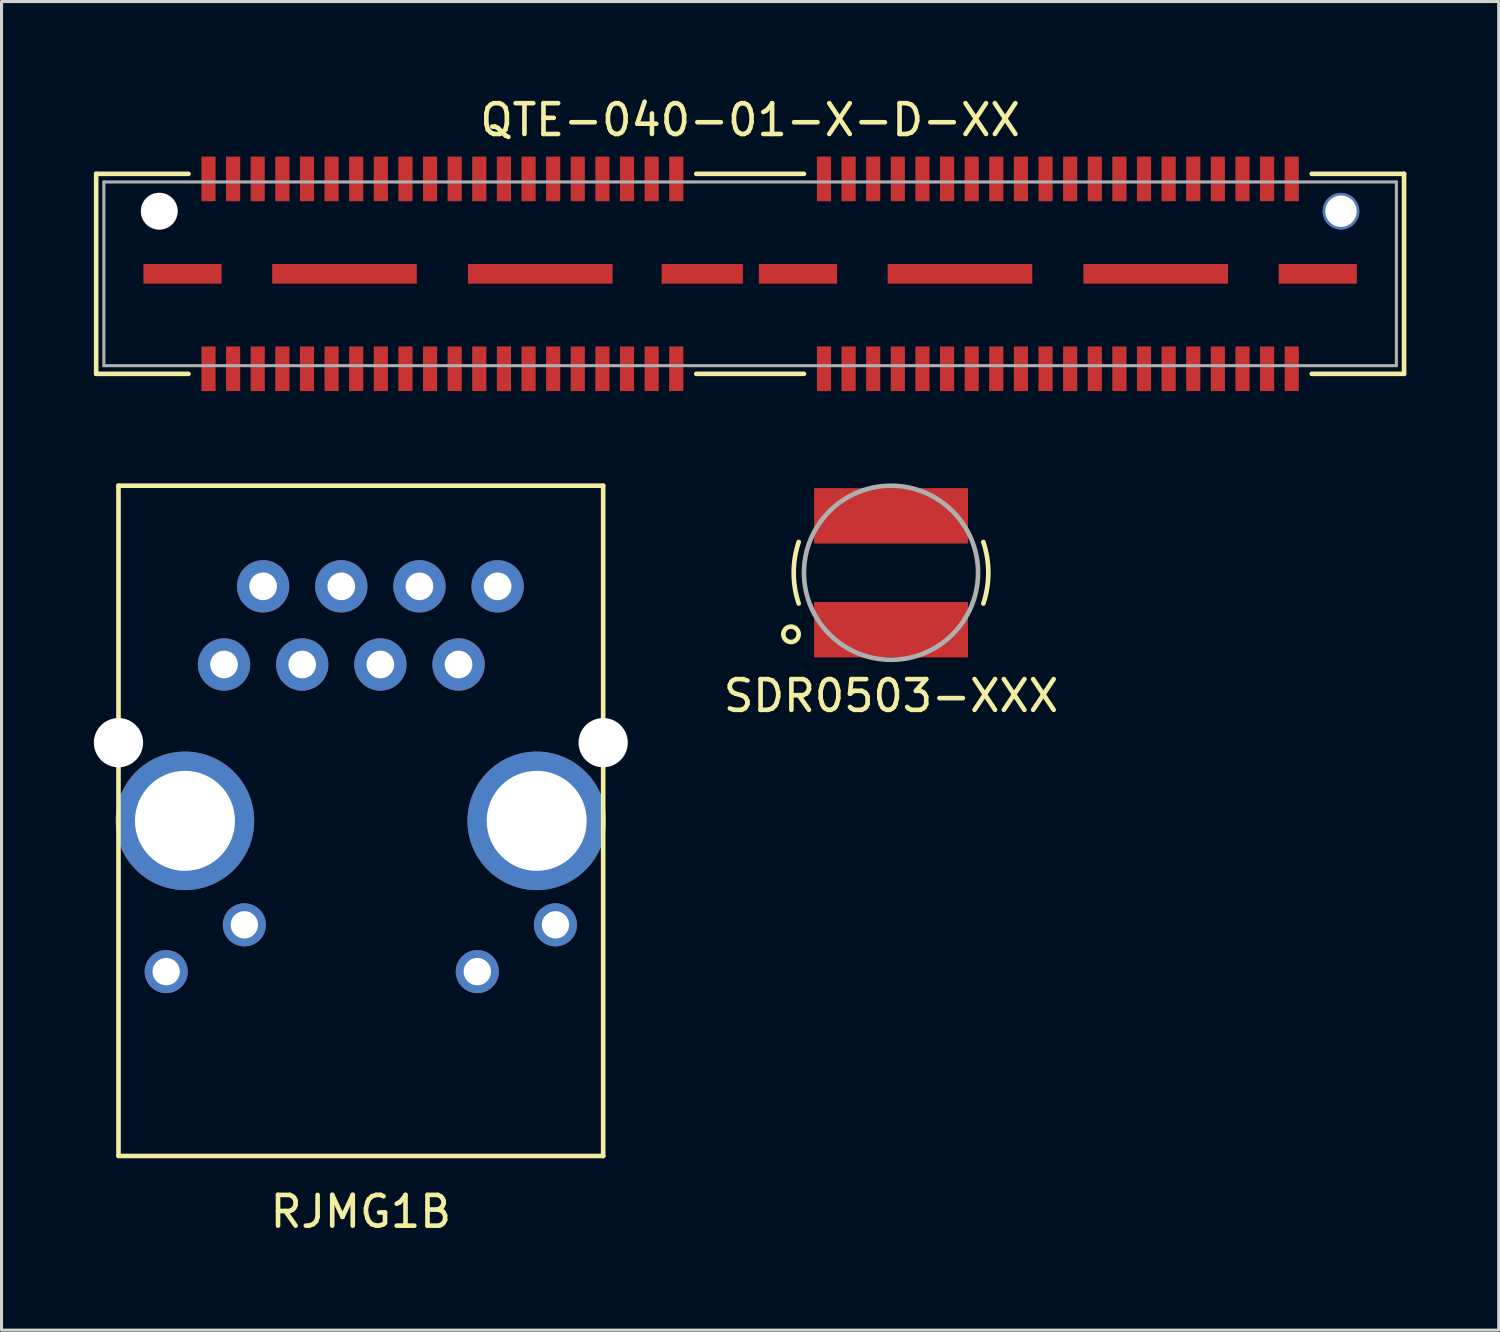
<source format=kicad_pcb>
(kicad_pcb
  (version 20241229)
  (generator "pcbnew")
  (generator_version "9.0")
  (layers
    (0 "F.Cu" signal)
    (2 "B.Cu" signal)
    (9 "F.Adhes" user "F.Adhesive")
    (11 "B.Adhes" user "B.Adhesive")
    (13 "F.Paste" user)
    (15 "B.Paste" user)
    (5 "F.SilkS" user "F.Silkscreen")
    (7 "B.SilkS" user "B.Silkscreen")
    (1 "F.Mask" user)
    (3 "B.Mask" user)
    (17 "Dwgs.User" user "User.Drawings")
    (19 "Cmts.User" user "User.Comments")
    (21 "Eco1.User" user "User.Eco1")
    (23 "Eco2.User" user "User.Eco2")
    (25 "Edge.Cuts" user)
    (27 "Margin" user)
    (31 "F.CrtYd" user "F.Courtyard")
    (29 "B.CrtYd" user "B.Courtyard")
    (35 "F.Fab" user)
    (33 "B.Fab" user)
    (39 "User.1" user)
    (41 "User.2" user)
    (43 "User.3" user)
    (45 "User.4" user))
  (footprint "SDR0503-XXX"
    (layer "F.Cu")
    (at 25.904 15.562)
    (property "Reference" "SDR0503-XXX" (at 0 4 0) (layer "F.SilkS") (effects (font (size 1 1) (thickness 0.15))))
    (attr through_hole)
    (fp_arc (start -2.999999 1) (mid -3.162277 0) (end -2.999999 -0.999999) (stroke (width 0.15) (type solid)) (layer "F.SilkS"))
    (fp_arc (start 2.999999 -1) (mid 3.162277 0) (end 2.999999 0.999999) (stroke (width 0.15) (type solid)) (layer "F.SilkS"))
    (fp_circle (center -3.25 2) (end -3.25 1.75) (stroke (width 0.15) (type solid)) (fill no) (layer "F.SilkS"))
    (fp_circle (center 0 0) (end 2 -2) (stroke (width 0.15) (type solid)) (fill no) (layer "F.Fab"))
    (pad "1" smd rect (at 0 -1.85) (size 5 1.8) (layers "F.Cu" "F.Mask" "F.Paste"))
    (pad "2" smd rect (at 0 1.85) (size 5 1.8) (layers "F.Cu" "F.Mask" "F.Paste")))
  (footprint "RJMG1B"
    (layer "F.Cu")
    (at 8.675 23.623)
    (property "Reference" "RJMG1B" (at 0 12.7 0) (layer "F.SilkS") (effects (font (size 1 1) (thickness 0.15))))
    (attr through_hole)
    (fp_line (start -7.875 10.89) (end -7.875 -10.89) (stroke (width 0.15) (type solid)) (layer "F.SilkS"))
    (fp_line (start -7.875 10.89) (end 7.875 10.89) (stroke (width 0.15) (type solid)) (layer "F.SilkS"))
    (fp_line (start 7.875 -10.89) (end -7.875 -10.89) (stroke (width 0.15) (type solid)) (layer "F.SilkS"))
    (fp_line (start 7.875 10.89) (end 7.875 -10.89) (stroke (width 0.15) (type solid)) (layer "F.SilkS"))
    (pad "" np_thru_hole circle (at -7.875 -2.54) (size 1.6 1.6) (drill 1.6) (layers "*.Cu" "*.Mask"))
    (pad "" np_thru_hole circle (at 7.875 -2.54) (size 1.6 1.6) (drill 1.6) (layers "*.Cu" "*.Mask"))
    (pad "1" thru_hole circle (at -4.445 -5.08) (size 1.7 1.7) (drill 0.9) (layers "*.Cu" "*.Mask"))
    (pad "2" thru_hole circle (at -3.175 -7.62) (size 1.7 1.7) (drill 0.9) (layers "*.Cu" "*.Mask"))
    (pad "3" thru_hole circle (at -1.905 -5.08) (size 1.7 1.7) (drill 0.9) (layers "*.Cu" "*.Mask"))
    (pad "4" thru_hole circle (at -0.635 -7.62) (size 1.7 1.7) (drill 0.9) (layers "*.Cu" "*.Mask"))
    (pad "5" thru_hole circle (at 0.635 -5.08) (size 1.7 1.7) (drill 0.9) (layers "*.Cu" "*.Mask"))
    (pad "6" thru_hole circle (at 1.905 -7.62) (size 1.7 1.7) (drill 0.9) (layers "*.Cu" "*.Mask"))
    (pad "7" thru_hole circle (at 3.175 -5.08) (size 1.7 1.7) (drill 0.9) (layers "*.Cu" "*.Mask"))
    (pad "8" thru_hole circle (at 4.445 -7.62) (size 1.7 1.7) (drill 0.9) (layers "*.Cu" "*.Mask"))
    (pad "L1" thru_hole circle (at 6.325 3.38) (size 1.4 1.4) (drill 0.89) (layers "*.Cu" "*.Mask"))
    (pad "L2" thru_hole circle (at 3.785 4.9) (size 1.4 1.4) (drill 0.89) (layers "*.Cu" "*.Mask"))
    (pad "L3" thru_hole circle (at -3.785 3.38) (size 1.4 1.4) (drill 0.89) (layers "*.Cu" "*.Mask"))
    (pad "L4" thru_hole circle (at -6.325 4.9) (size 1.4 1.4) (drill 0.89) (layers "*.Cu" "*.Mask"))
    (pad "SH" thru_hole circle (at -5.715 0) (size 4.5 4.5) (drill 3.25) (layers "*.Cu" "*.Mask"))
    (pad "SH" thru_hole circle (at 5.715 0) (size 4.5 4.5) (drill 3.25) (layers "*.Cu" "*.Mask")))
  (footprint "QTE-040-01-X-D-XX"
    (layer "F.Cu")
    (at 21.325 5.848)
    (property "Reference" "QTE-040-01-X-D-XX" (at 0 -5 0) (layer "F.SilkS") (effects (font (size 1 1) (thickness 0.15))))
    (attr smd)
    (fp_line (start -21.25 -3.25) (end -21.25 3.25) (stroke (width 0.15) (type solid)) (layer "F.SilkS"))
    (fp_line (start -21.25 3.25) (end -18.25 3.25) (stroke (width 0.15) (type solid)) (layer "F.SilkS"))
    (fp_line (start -18.25 -3.25) (end -21.25 -3.25) (stroke (width 0.15) (type solid)) (layer "F.SilkS"))
    (fp_line (start 1.75 -3.25) (end -1.75 -3.25) (stroke (width 0.15) (type solid)) (layer "F.SilkS"))
    (fp_line (start 1.75 3.25) (end -1.75 3.25) (stroke (width 0.15) (type solid)) (layer "F.SilkS"))
    (fp_line (start 18.25 -3.25) (end 21.25 -3.25) (stroke (width 0.15) (type solid)) (layer "F.SilkS"))
    (fp_line (start 21.25 -3.25) (end 21.25 3.25) (stroke (width 0.15) (type solid)) (layer "F.SilkS"))
    (fp_line (start 21.25 3.25) (end 18.25 3.25) (stroke (width 0.15) (type solid)) (layer "F.SilkS"))
    (fp_line (start -21 -2.985) (end -21 2.985) (stroke (width 0.1) (type solid)) (layer "F.Fab"))
    (fp_line (start -21 -2.985) (end 21 -2.985) (stroke (width 0.1) (type solid)) (layer "F.Fab"))
    (fp_line (start 21 -2.985) (end 21 2.985) (stroke (width 0.1) (type solid)) (layer "F.Fab"))
    (fp_line (start 21 2.985) (end -21 2.985) (stroke (width 0.1) (type solid)) (layer "F.Fab"))
    (pad "" np_thru_hole circle (at -19.2 -2.035) (size 1.2 1.2) (drill 1.19) (layers "*.Cu" "*.Mask"))
    (pad "" np_thru_hole circle (at 19.2 -2.035) (size 1.19 1.19) (drill 1.02) (layers "*.Cu" "*.Mask"))
    (pad "1" smd rect (at -17.6 -3.085) (size 0.46 1.45) (layers "F.Cu" "F.Mask" "F.Paste"))
    (pad "2" smd rect (at -17.6 3.085) (size 0.46 1.45) (layers "F.Cu" "F.Mask" "F.Paste"))
    (pad "3" smd rect (at -16.8 -3.085) (size 0.46 1.45) (layers "F.Cu" "F.Mask" "F.Paste"))
    (pad "4" smd rect (at -16.8 3.085) (size 0.46 1.45) (layers "F.Cu" "F.Mask" "F.Paste"))
    (pad "5" smd rect (at -16 -3.085) (size 0.46 1.45) (layers "F.Cu" "F.Mask" "F.Paste"))
    (pad "6" smd rect (at -16 3.085) (size 0.46 1.45) (layers "F.Cu" "F.Mask" "F.Paste"))
    (pad "7" smd rect (at -15.2 -3.085) (size 0.46 1.45) (layers "F.Cu" "F.Mask" "F.Paste"))
    (pad "8" smd rect (at -15.2 3.085) (size 0.46 1.45) (layers "F.Cu" "F.Mask" "F.Paste"))
    (pad "9" smd rect (at -14.4 -3.085) (size 0.46 1.45) (layers "F.Cu" "F.Mask" "F.Paste"))
    (pad "10" smd rect (at -14.4 3.085) (size 0.46 1.45) (layers "F.Cu" "F.Mask" "F.Paste"))
    (pad "11" smd rect (at -13.6 -3.085) (size 0.46 1.45) (layers "F.Cu" "F.Mask" "F.Paste"))
    (pad "12" smd rect (at -13.6 3.085) (size 0.46 1.45) (layers "F.Cu" "F.Mask" "F.Paste"))
    (pad "13" smd rect (at -12.8 -3.085) (size 0.46 1.45) (layers "F.Cu" "F.Mask" "F.Paste"))
    (pad "14" smd rect (at -12.8 3.085) (size 0.46 1.45) (layers "F.Cu" "F.Mask" "F.Paste"))
    (pad "15" smd rect (at -12 -3.085) (size 0.46 1.45) (layers "F.Cu" "F.Mask" "F.Paste"))
    (pad "16" smd rect (at -12 3.085) (size 0.46 1.45) (layers "F.Cu" "F.Mask" "F.Paste"))
    (pad "17" smd rect (at -11.2 -3.085) (size 0.46 1.45) (layers "F.Cu" "F.Mask" "F.Paste"))
    (pad "18" smd rect (at -11.2 3.085) (size 0.46 1.45) (layers "F.Cu" "F.Mask" "F.Paste"))
    (pad "19" smd rect (at -10.4 -3.085) (size 0.46 1.45) (layers "F.Cu" "F.Mask" "F.Paste"))
    (pad "20" smd rect (at -10.4 3.085) (size 0.46 1.45) (layers "F.Cu" "F.Mask" "F.Paste"))
    (pad "21" smd rect (at -9.6 -3.085) (size 0.46 1.45) (layers "F.Cu" "F.Mask" "F.Paste"))
    (pad "22" smd rect (at -9.6 3.085) (size 0.46 1.45) (layers "F.Cu" "F.Mask" "F.Paste"))
    (pad "23" smd rect (at -8.8 -3.085) (size 0.46 1.45) (layers "F.Cu" "F.Mask" "F.Paste"))
    (pad "24" smd rect (at -8.8 3.085) (size 0.46 1.45) (layers "F.Cu" "F.Mask" "F.Paste"))
    (pad "25" smd rect (at -8 -3.085) (size 0.46 1.45) (layers "F.Cu" "F.Mask" "F.Paste"))
    (pad "26" smd rect (at -8 3.085) (size 0.46 1.45) (layers "F.Cu" "F.Mask" "F.Paste"))
    (pad "27" smd rect (at -7.2 -3.085) (size 0.46 1.45) (layers "F.Cu" "F.Mask" "F.Paste"))
    (pad "28" smd rect (at -7.2 3.085) (size 0.46 1.45) (layers "F.Cu" "F.Mask" "F.Paste"))
    (pad "29" smd rect (at -6.4 -3.085) (size 0.46 1.45) (layers "F.Cu" "F.Mask" "F.Paste"))
    (pad "30" smd rect (at -6.4 3.085) (size 0.46 1.45) (layers "F.Cu" "F.Mask" "F.Paste"))
    (pad "31" smd rect (at -5.6 -3.085) (size 0.46 1.45) (layers "F.Cu" "F.Mask" "F.Paste"))
    (pad "32" smd rect (at -5.6 3.085) (size 0.46 1.45) (layers "F.Cu" "F.Mask" "F.Paste"))
    (pad "33" smd rect (at -4.8 -3.085) (size 0.46 1.45) (layers "F.Cu" "F.Mask" "F.Paste"))
    (pad "34" smd rect (at -4.8 3.085) (size 0.46 1.45) (layers "F.Cu" "F.Mask" "F.Paste"))
    (pad "35" smd rect (at -4 -3.085) (size 0.46 1.45) (layers "F.Cu" "F.Mask" "F.Paste"))
    (pad "36" smd rect (at -4 3.085) (size 0.46 1.45) (layers "F.Cu" "F.Mask" "F.Paste"))
    (pad "37" smd rect (at -3.2 -3.085) (size 0.46 1.45) (layers "F.Cu" "F.Mask" "F.Paste"))
    (pad "38" smd rect (at -3.2 3.085) (size 0.46 1.45) (layers "F.Cu" "F.Mask" "F.Paste"))
    (pad "39" smd rect (at -2.4 -3.085) (size 0.46 1.45) (layers "F.Cu" "F.Mask" "F.Paste"))
    (pad "40" smd rect (at -2.4 3.085) (size 0.46 1.45) (layers "F.Cu" "F.Mask" "F.Paste"))
    (pad "41" smd rect (at 2.4 -3.085) (size 0.46 1.45) (layers "F.Cu" "F.Mask" "F.Paste"))
    (pad "42" smd rect (at 2.4 3.085) (size 0.46 1.45) (layers "F.Cu" "F.Mask" "F.Paste"))
    (pad "43" smd rect (at 3.2 -3.085) (size 0.46 1.45) (layers "F.Cu" "F.Mask" "F.Paste"))
    (pad "44" smd rect (at 3.2 3.085) (size 0.46 1.45) (layers "F.Cu" "F.Mask" "F.Paste"))
    (pad "45" smd rect (at 4 -3.085) (size 0.46 1.45) (layers "F.Cu" "F.Mask" "F.Paste"))
    (pad "46" smd rect (at 4 3.085) (size 0.46 1.45) (layers "F.Cu" "F.Mask" "F.Paste"))
    (pad "47" smd rect (at 4.8 -3.085) (size 0.46 1.45) (layers "F.Cu" "F.Mask" "F.Paste"))
    (pad "48" smd rect (at 4.8 3.085) (size 0.46 1.45) (layers "F.Cu" "F.Mask" "F.Paste"))
    (pad "49" smd rect (at 5.6 -3.085) (size 0.46 1.45) (layers "F.Cu" "F.Mask" "F.Paste"))
    (pad "50" smd rect (at 5.6 3.085) (size 0.46 1.45) (layers "F.Cu" "F.Mask" "F.Paste"))
    (pad "51" smd rect (at 6.4 -3.085) (size 0.46 1.45) (layers "F.Cu" "F.Mask" "F.Paste"))
    (pad "52" smd rect (at 6.4 3.085) (size 0.46 1.45) (layers "F.Cu" "F.Mask" "F.Paste"))
    (pad "53" smd rect (at 7.2 -3.085) (size 0.46 1.45) (layers "F.Cu" "F.Mask" "F.Paste"))
    (pad "54" smd rect (at 7.2 3.085) (size 0.46 1.45) (layers "F.Cu" "F.Mask" "F.Paste"))
    (pad "55" smd rect (at 8 -3.085) (size 0.46 1.45) (layers "F.Cu" "F.Mask" "F.Paste"))
    (pad "56" smd rect (at 8 3.085) (size 0.46 1.45) (layers "F.Cu" "F.Mask" "F.Paste"))
    (pad "57" smd rect (at 8.8 -3.085) (size 0.46 1.45) (layers "F.Cu" "F.Mask" "F.Paste"))
    (pad "58" smd rect (at 8.8 3.085) (size 0.46 1.45) (layers "F.Cu" "F.Mask" "F.Paste"))
    (pad "59" smd rect (at 9.6 -3.085) (size 0.46 1.45) (layers "F.Cu" "F.Mask" "F.Paste"))
    (pad "60" smd rect (at 9.6 3.085) (size 0.46 1.45) (layers "F.Cu" "F.Mask" "F.Paste"))
    (pad "61" smd rect (at 10.4 -3.085) (size 0.46 1.45) (layers "F.Cu" "F.Mask" "F.Paste"))
    (pad "62" smd rect (at 10.4 3.085) (size 0.46 1.45) (layers "F.Cu" "F.Mask" "F.Paste"))
    (pad "63" smd rect (at 11.2 -3.085) (size 0.46 1.45) (layers "F.Cu" "F.Mask" "F.Paste"))
    (pad "64" smd rect (at 11.2 3.085) (size 0.46 1.45) (layers "F.Cu" "F.Mask" "F.Paste"))
    (pad "65" smd rect (at 12 -3.085) (size 0.46 1.45) (layers "F.Cu" "F.Mask" "F.Paste"))
    (pad "66" smd rect (at 12 3.085) (size 0.46 1.45) (layers "F.Cu" "F.Mask" "F.Paste"))
    (pad "67" smd rect (at 12.8 -3.085) (size 0.46 1.45) (layers "F.Cu" "F.Mask" "F.Paste"))
    (pad "68" smd rect (at 12.8 3.085) (size 0.46 1.45) (layers "F.Cu" "F.Mask" "F.Paste"))
    (pad "69" smd rect (at 13.6 -3.085) (size 0.46 1.45) (layers "F.Cu" "F.Mask" "F.Paste"))
    (pad "70" smd rect (at 13.6 3.085) (size 0.46 1.45) (layers "F.Cu" "F.Mask" "F.Paste"))
    (pad "71" smd rect (at 14.4 -3.085) (size 0.46 1.45) (layers "F.Cu" "F.Mask" "F.Paste"))
    (pad "72" smd rect (at 14.4 3.085) (size 0.46 1.45) (layers "F.Cu" "F.Mask" "F.Paste"))
    (pad "73" smd rect (at 15.2 -3.085) (size 0.46 1.45) (layers "F.Cu" "F.Mask" "F.Paste"))
    (pad "74" smd rect (at 15.2 3.085) (size 0.46 1.45) (layers "F.Cu" "F.Mask" "F.Paste"))
    (pad "75" smd rect (at 16 -3.085) (size 0.46 1.45) (layers "F.Cu" "F.Mask" "F.Paste"))
    (pad "76" smd rect (at 16 3.085) (size 0.46 1.45) (layers "F.Cu" "F.Mask" "F.Paste"))
    (pad "77" smd rect (at 16.8 -3.085) (size 0.46 1.45) (layers "F.Cu" "F.Mask" "F.Paste"))
    (pad "78" smd rect (at 16.8 3.085) (size 0.46 1.45) (layers "F.Cu" "F.Mask" "F.Paste"))
    (pad "79" smd rect (at 17.6 -3.085) (size 0.46 1.45) (layers "F.Cu" "F.Mask" "F.Paste"))
    (pad "80" smd rect (at 17.6 3.085) (size 0.46 1.45) (layers "F.Cu" "F.Mask" "F.Paste"))
    (pad "S" smd rect (at -18.445 0) (size 2.54 0.64) (layers "F.Cu" "F.Mask" "F.Paste"))
    (pad "S" smd rect (at -13.18 0) (size 4.7 0.64) (layers "F.Cu" "F.Mask" "F.Paste"))
    (pad "S" smd rect (at -6.82 0) (size 4.7 0.64) (layers "F.Cu" "F.Mask" "F.Paste"))
    (pad "S" smd rect (at -1.555 0) (size 2.64 0.64) (layers "F.Cu" "F.Mask" "F.Paste"))
    (pad "S" smd rect (at 1.555 0) (size 2.54 0.64) (layers "F.Cu" "F.Mask" "F.Paste"))
    (pad "S" smd rect (at 6.82 0) (size 4.7 0.64) (layers "F.Cu" "F.Mask" "F.Paste"))
    (pad "S" smd rect (at 13.18 0) (size 4.7 0.64) (layers "F.Cu" "F.Mask" "F.Paste"))
    (pad "S" smd rect (at 18.445 0) (size 2.54 0.64) (layers "F.Cu" "F.Mask" "F.Paste")))
  (gr_rect
    (start -3 -3)
    (end 45.65 40.172)
    (stroke (width 0.1) (type default))
    (fill no)
    (layer "Edge.Cuts")))
</source>
